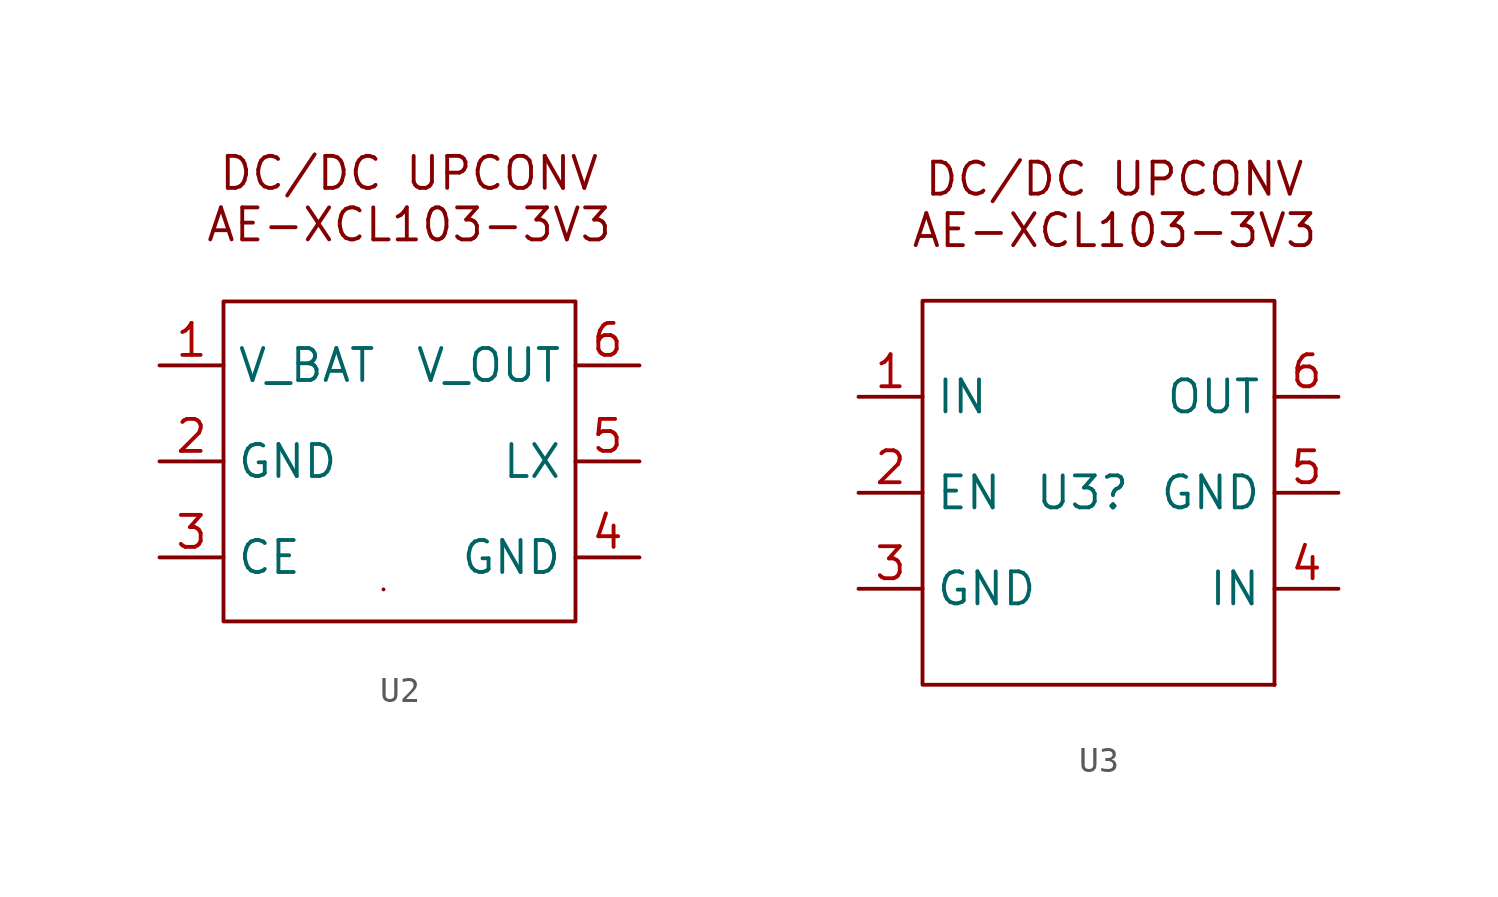
<source format=kicad_sym>
(kicad_symbol_lib
  (version 20241209)
  (generator "kicad_symbol_editor")
  (generator_version "9.0")
  (symbol "U2"
    (property "Reference" "U2"
      (at 0 0 0)
      (effects (font (size 1.27 1.27)) (hide yes)))
    (property "Value" ""
      (at 0 0 0)
      (effects (font (size 1.27 1.27))))
    (property "ki_locked" ""
      (at 0 0 0)
      (effects (font (size 1.27 1.27))))
    (symbol "U2_1_1"
      (rectangle (start -6.35 5.08) (end 7.62 -7.62) (stroke (width 0) (type default)) (fill (type none)))
      (rectangle (start 0 -6.35) (end 0 -6.35) (stroke (width 0) (type default)) (fill (type none)))
      (text "DC/DC UPCONV\nAE-XCL103-3V3\n" (at 1.016 9.144 0) (effects (font (size 1.27 1.27))))
      (pin input line (at -8.89 2.54 0) (length 2.54) (name "V_BAT" (effects (font (size 1.27 1.27)))) (number "1" (effects (font (size 1.27 1.27)))))
      (pin input line (at -8.89 -1.27 0) (length 2.54) (name "GND" (effects (font (size 1.27 1.27)))) (number "2" (effects (font (size 1.27 1.27)))))
      (pin input line (at -8.89 -5.08 0) (length 2.54) (name "CE" (effects (font (size 1.27 1.27)))) (number "3" (effects (font (size 1.27 1.27)))))
      (pin input line (at 10.16 2.54 180) (length 2.54) (name "V_OUT" (effects (font (size 1.27 1.27)))) (number "6" (effects (font (size 1.27 1.27)))))
      (pin input line (at 10.16 -1.27 180) (length 2.54) (name "LX" (effects (font (size 1.27 1.27)))) (number "5" (effects (font (size 1.27 1.27)))))
      (pin input line (at 10.16 -5.08 180) (length 2.54) (name "GND" (effects (font (size 1.27 1.27)))) (number "4" (effects (font (size 1.27 1.27)))))))
  (symbol "U3"
    (property "Reference" "U3"
      (at 0 0 0)
      (effects (font (size 1.27 1.27))))
    (property "Value" ""
      (at 1.27 0 0)
      (effects (font (size 1.27 1.27))))
    (symbol "U3_0_1"
      (rectangle (start -6.35 7.62) (end 7.62 -7.62) (stroke (width 0) (type default)) (fill (type none)))
      (rectangle (start 7.62 -7.62) (end 7.62 -7.62) (stroke (width 0) (type default)) (fill (type none)))
      (rectangle (start 7.62 -7.62) (end 7.62 -7.62) (stroke (width 0) (type default)) (fill (type none))))
    (symbol "U3_1_1"
      (text "DC/DC UPCONV\nAE-XCL103-3V3" (at 1.27 11.43 0) (effects (font (size 1.27 1.27))))
      (pin input line (at -8.89 3.81 0) (length 2.54) (name "IN" (effects (font (size 1.27 1.27)))) (number "1" (effects (font (size 1.27 1.27)))))
      (pin input line (at -8.89 0 0) (length 2.54) (name "EN" (effects (font (size 1.27 1.27)))) (number "2" (effects (font (size 1.27 1.27)))))
      (pin input line (at -8.89 -3.81 0) (length 2.54) (name "GND" (effects (font (size 1.27 1.27)))) (number "3" (effects (font (size 1.27 1.27)))))
      (pin output line (at 10.16 3.81 180) (length 2.54) (name "OUT" (effects (font (size 1.27 1.27)))) (number "6" (effects (font (size 1.27 1.27)))))
      (pin input line (at 10.16 0 180) (length 2.54) (name "GND" (effects (font (size 1.27 1.27)))) (number "5" (effects (font (size 1.27 1.27)))))
      (pin input line (at 10.16 -3.81 180) (length 2.54) (name "IN" (effects (font (size 1.27 1.27)))) (number "4" (effects (font (size 1.27 1.27))))))))
</source>
